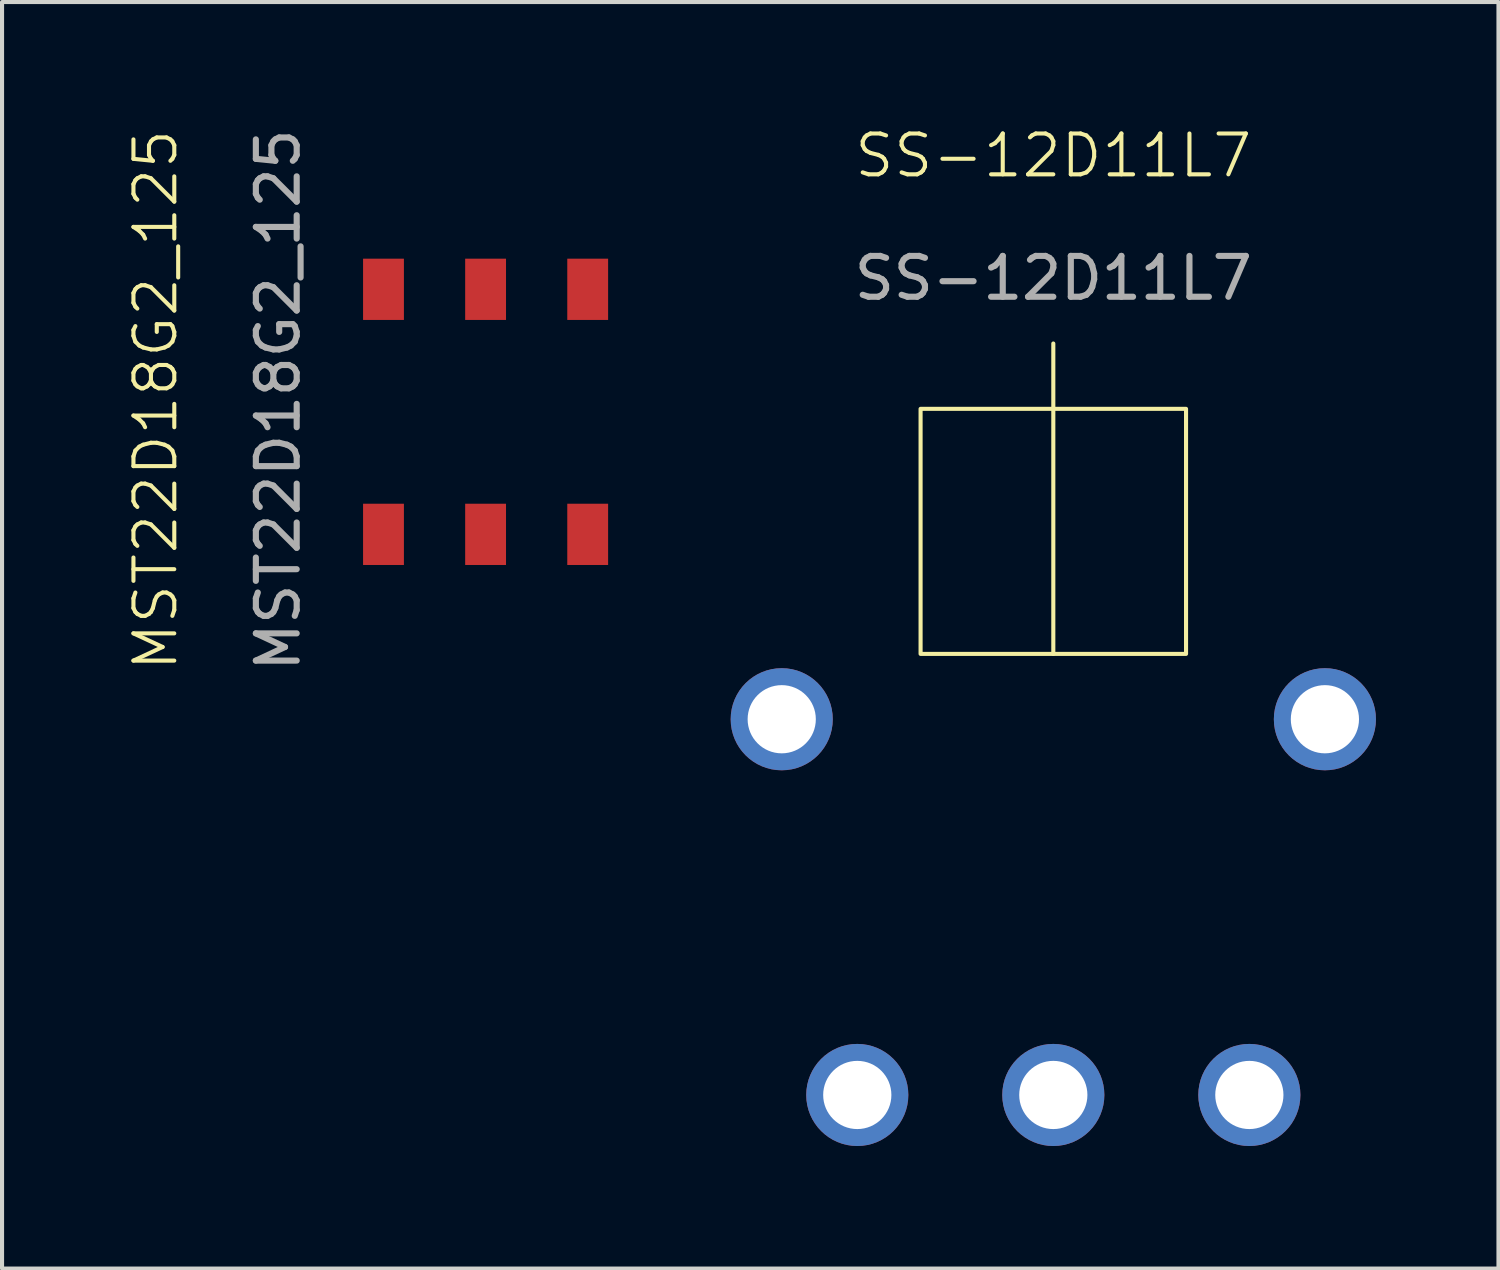
<source format=kicad_pcb>
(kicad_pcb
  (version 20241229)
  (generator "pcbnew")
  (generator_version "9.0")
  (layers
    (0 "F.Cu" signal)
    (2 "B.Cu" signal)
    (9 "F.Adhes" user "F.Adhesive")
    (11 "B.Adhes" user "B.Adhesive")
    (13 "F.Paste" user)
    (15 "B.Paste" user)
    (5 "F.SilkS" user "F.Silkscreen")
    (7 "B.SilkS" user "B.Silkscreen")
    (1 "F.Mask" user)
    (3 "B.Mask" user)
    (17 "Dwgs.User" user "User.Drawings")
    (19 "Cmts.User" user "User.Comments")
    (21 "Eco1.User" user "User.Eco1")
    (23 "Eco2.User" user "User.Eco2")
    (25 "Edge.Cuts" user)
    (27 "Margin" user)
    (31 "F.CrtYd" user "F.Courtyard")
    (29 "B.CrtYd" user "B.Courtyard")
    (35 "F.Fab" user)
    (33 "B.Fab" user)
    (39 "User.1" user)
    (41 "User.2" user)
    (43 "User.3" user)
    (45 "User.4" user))
  (footprint "MST22D18G2_125"
    (layer "F.Cu")
    (at 5.84 9.284)
    (property "Reference" "MST22D18G2_125" (at -5.08 -2.54 90) (unlocked yes) (layer "F.SilkS") (effects (font (size 1 1) (thickness 0.1))))
    (attr smd)
    (fp_text user "${REFERENCE}" (at -2.08 -2.54 90) (unlocked yes) (layer "F.Fab") (effects (font (size 1 1) (thickness 0.15))))
    (pad "1" smd rect (at 0 0) (size 1 1.5) (drill (offset 0.5 0.75)) (layers "F.Cu" "F.Mask" "F.Paste"))
    (pad "2" smd rect (at 2.5 0) (size 1 1.5) (drill (offset 0.5 0.75)) (layers "F.Cu" "F.Mask" "F.Paste"))
    (pad "3" smd rect (at 5 0) (size 1 1.5) (drill (offset 0.5 0.75)) (layers "F.Cu" "F.Mask" "F.Paste"))
    (pad "4" smd rect (at 5 -4.5) (size 1 1.5) (drill (offset 0.5 -0.75)) (layers "F.Cu" "F.Mask" "F.Paste"))
    (pad "5" smd rect (at 2.5 -4.5) (size 1 1.5) (drill (offset 0.5 -0.75)) (layers "F.Cu" "F.Mask" "F.Paste"))
    (pad "6" smd rect (at 0 -4.5) (size 1 1.5) (drill (offset 0.5 -0.75)) (layers "F.Cu" "F.Mask" "F.Paste")))
  (footprint "SS-12D11L7"
    (layer "F.Cu")
    (at 22.741 23.761)
    (property "Reference" "SS-12D11L7" (at 0 -23 0) (unlocked yes) (layer "F.SilkS") (effects (font (size 1 1) (thickness 0.1))))
    (attr through_hole)
    (fp_line (start 0 -18.4) (end 0 -10.8) (stroke (width 0.1) (type default)) (layer "F.SilkS"))
    (fp_rect (start -3.25 -10.8) (end 3.25 -16.8) (stroke (width 0.1) (type default)) (fill no) (layer "F.SilkS"))
    (fp_text user "${REFERENCE}" (at 0 -20 0) (unlocked yes) (layer "F.Fab") (effects (font (size 1 1) (thickness 0.15))))
    (pad "1" thru_hole circle (at -4.8 0) (size 2.5 2.5) (drill 1.67) (layers "*.Cu" "*.Mask"))
    (pad "2" thru_hole circle (at 0 0) (size 2.5 2.5) (drill 1.67) (layers "*.Cu" "*.Mask"))
    (pad "3" thru_hole circle (at 4.8 0) (size 2.5 2.5) (drill 1.67) (layers "*.Cu" "*.Mask"))
    (pad "5" thru_hole circle (at -6.65 -9.2) (size 2.5 2.5) (drill 1.67) (layers "*.Cu" "*.Mask"))
    (pad "6" thru_hole circle (at 6.65 -9.2) (size 2.5 2.5) (drill 1.67) (layers "*.Cu" "*.Mask")))
  (gr_rect
    (start -3 -3)
    (end 33.641 28.011)
    (stroke (width 0.1) (type default))
    (fill no)
    (layer "Edge.Cuts")))
</source>
